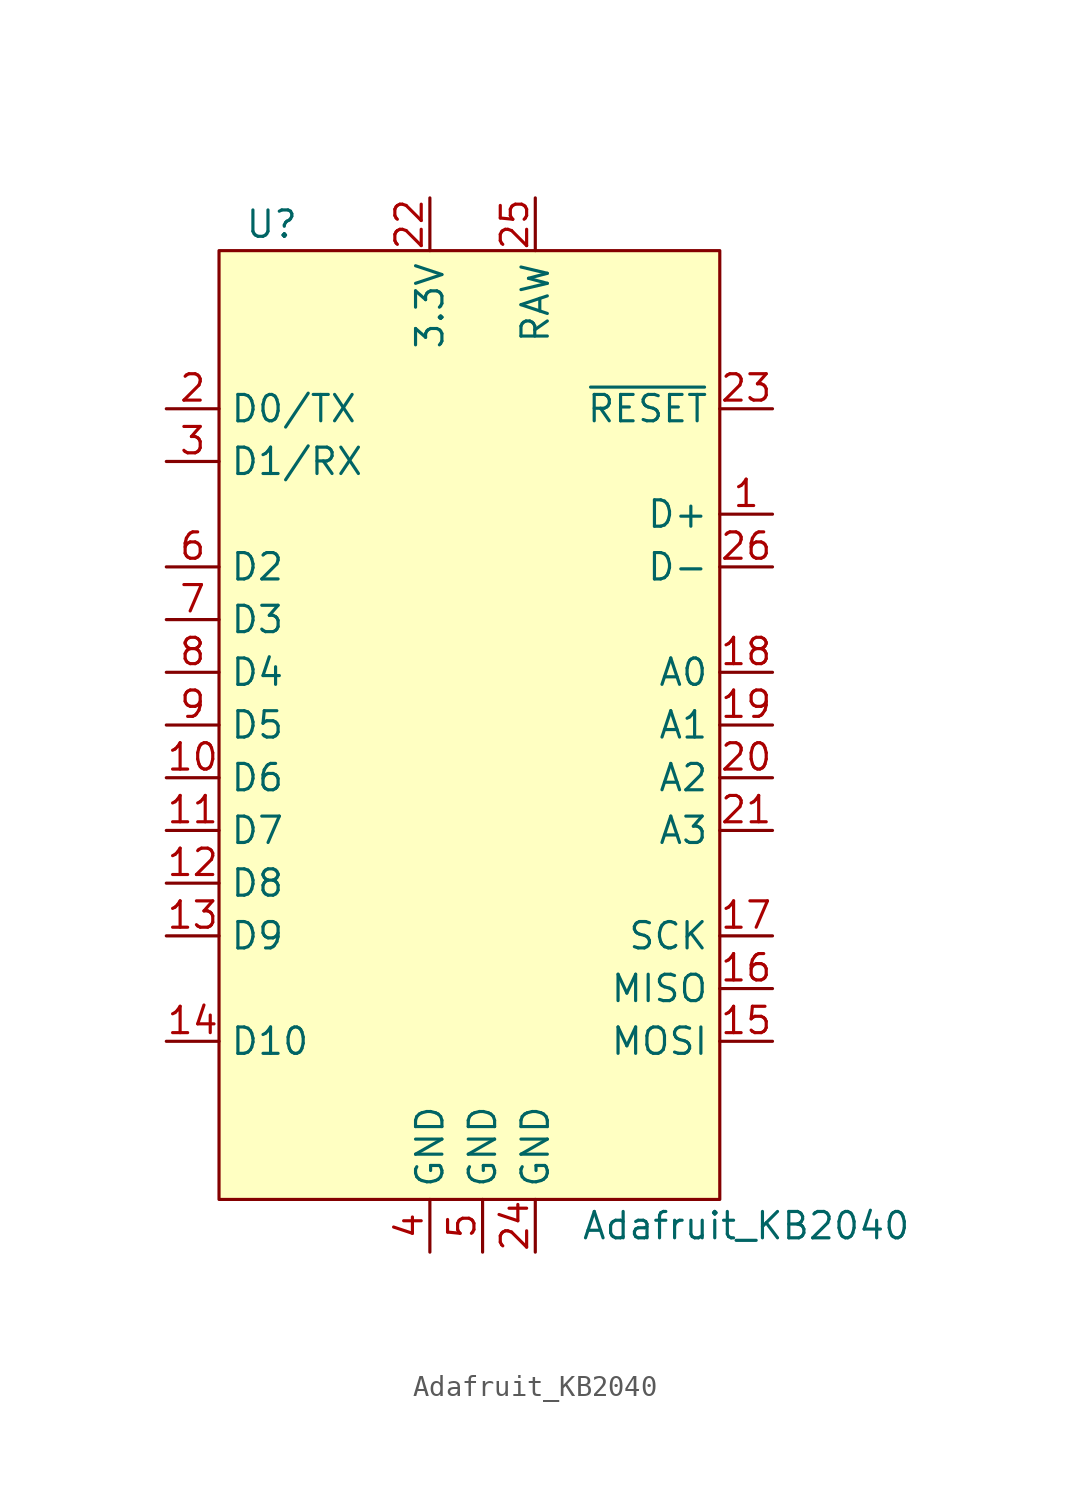
<source format=kicad_sym>
(kicad_symbol_lib
  (version 20241209)
  (generator "kicad_symbol_editor")
  (generator_version "9.0")
  (symbol "Adafruit_KB2040"
    (property "Reference" "U"
      (at -10.16 24.13 0)
      (effects (font (size 1.27 1.27))))
    (property "Value" "Adafruit_KB2040"
      (at 12.7 -24.13 0)
      (effects (font (size 1.27 1.27))))
    (symbol "Adafruit_KB2040_0_0"
      (rectangle (start -12.7 22.86) (end 11.43 -22.86) (stroke (width 0) (type default)) (fill (type background))))
    (symbol "Adafruit_KB2040_1_0"
      (pin bidirectional line (at 13.97 7.62 180) (length 2.54) (name "D-" (effects (font (size 1.27 1.27)))) (number "26" (effects (font (size 1.27 1.27))))))
    (symbol "Adafruit_KB2040_1_1"
      (pin bidirectional line (at -15.24 15.24 0) (length 2.54) (name "D0/TX" (effects (font (size 1.27 1.27)))) (number "2" (effects (font (size 1.27 1.27)))))
      (pin bidirectional line (at -15.24 12.7 0) (length 2.54) (name "D1/RX" (effects (font (size 1.27 1.27)))) (number "3" (effects (font (size 1.27 1.27)))))
      (pin bidirectional line (at -15.24 7.62 0) (length 2.54) (name "D2" (effects (font (size 1.27 1.27)))) (number "6" (effects (font (size 1.27 1.27)))))
      (pin bidirectional line (at -15.24 5.08 0) (length 2.54) (name "D3" (effects (font (size 1.27 1.27)))) (number "7" (effects (font (size 1.27 1.27)))))
      (pin bidirectional line (at -15.24 2.54 0) (length 2.54) (name "D4" (effects (font (size 1.27 1.27)))) (number "8" (effects (font (size 1.27 1.27)))))
      (pin bidirectional line (at -15.24 0 0) (length 2.54) (name "D5" (effects (font (size 1.27 1.27)))) (number "9" (effects (font (size 1.27 1.27)))))
      (pin bidirectional line (at -15.24 -2.54 0) (length 2.54) (name "D6" (effects (font (size 1.27 1.27)))) (number "10" (effects (font (size 1.27 1.27)))))
      (pin bidirectional line (at -15.24 -5.08 0) (length 2.54) (name "D7" (effects (font (size 1.27 1.27)))) (number "11" (effects (font (size 1.27 1.27)))))
      (pin bidirectional line (at -15.24 -7.62 0) (length 2.54) (name "D8" (effects (font (size 1.27 1.27)))) (number "12" (effects (font (size 1.27 1.27)))))
      (pin bidirectional line (at -15.24 -10.16 0) (length 2.54) (name "D9" (effects (font (size 1.27 1.27)))) (number "13" (effects (font (size 1.27 1.27)))))
      (pin bidirectional line (at -15.24 -15.24 0) (length 2.54) (name "D10" (effects (font (size 1.27 1.27)))) (number "14" (effects (font (size 1.27 1.27)))))
      (pin power_in line (at -2.54 25.4 270) (length 2.54) (name "3.3V" (effects (font (size 1.27 1.27)))) (number "22" (effects (font (size 1.27 1.27)))))
      (pin bidirectional line (at -2.54 -25.4 90) (length 2.54) (name "GND" (effects (font (size 1.27 1.27)))) (number "4" (effects (font (size 1.27 1.27)))))
      (pin bidirectional line (at 0 -25.4 90) (length 2.54) (name "GND" (effects (font (size 1.27 1.27)))) (number "5" (effects (font (size 1.27 1.27)))))
      (pin power_in line (at 2.54 25.4 270) (length 2.54) (name "RAW" (effects (font (size 1.27 1.27)))) (number "25" (effects (font (size 1.27 1.27)))))
      (pin bidirectional line (at 2.54 -25.4 90) (length 2.54) (name "GND" (effects (font (size 1.27 1.27)))) (number "24" (effects (font (size 1.27 1.27)))))
      (pin input line (at 13.97 15.24 180) (length 2.54) (name "~{RESET}" (effects (font (size 1.27 1.27)))) (number "23" (effects (font (size 1.27 1.27)))))
      (pin bidirectional line (at 13.97 10.16 180) (length 2.54) (name "D+" (effects (font (size 1.27 1.27)))) (number "1" (effects (font (size 1.27 1.27)))))
      (pin bidirectional line (at 13.97 2.54 180) (length 2.54) (name "A0" (effects (font (size 1.27 1.27)))) (number "18" (effects (font (size 1.27 1.27)))))
      (pin bidirectional line (at 13.97 0 180) (length 2.54) (name "A1" (effects (font (size 1.27 1.27)))) (number "19" (effects (font (size 1.27 1.27)))))
      (pin bidirectional line (at 13.97 -2.54 180) (length 2.54) (name "A2" (effects (font (size 1.27 1.27)))) (number "20" (effects (font (size 1.27 1.27)))))
      (pin bidirectional line (at 13.97 -5.08 180) (length 2.54) (name "A3" (effects (font (size 1.27 1.27)))) (number "21" (effects (font (size 1.27 1.27)))))
      (pin bidirectional line (at 13.97 -10.16 180) (length 2.54) (name "SCK" (effects (font (size 1.27 1.27)))) (number "17" (effects (font (size 1.27 1.27)))))
      (pin bidirectional line (at 13.97 -12.7 180) (length 2.54) (name "MISO" (effects (font (size 1.27 1.27)))) (number "16" (effects (font (size 1.27 1.27)))))
      (pin bidirectional line (at 13.97 -15.24 180) (length 2.54) (name "MOSI" (effects (font (size 1.27 1.27)))) (number "15" (effects (font (size 1.27 1.27))))))))
</source>
